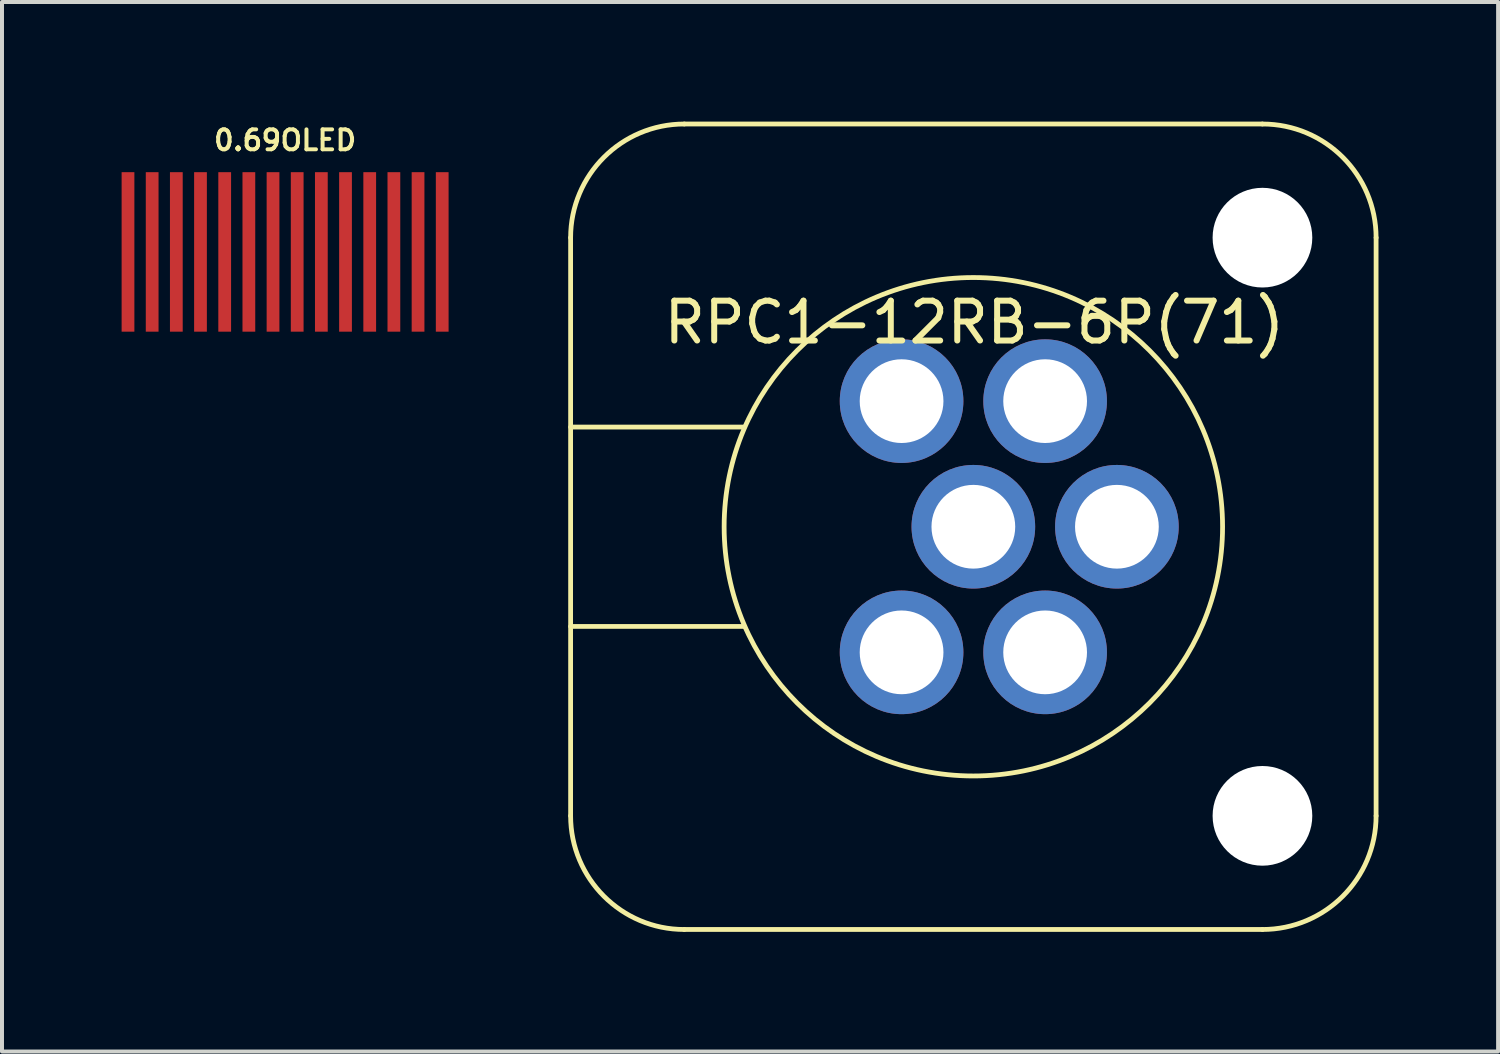
<source format=kicad_pcb>
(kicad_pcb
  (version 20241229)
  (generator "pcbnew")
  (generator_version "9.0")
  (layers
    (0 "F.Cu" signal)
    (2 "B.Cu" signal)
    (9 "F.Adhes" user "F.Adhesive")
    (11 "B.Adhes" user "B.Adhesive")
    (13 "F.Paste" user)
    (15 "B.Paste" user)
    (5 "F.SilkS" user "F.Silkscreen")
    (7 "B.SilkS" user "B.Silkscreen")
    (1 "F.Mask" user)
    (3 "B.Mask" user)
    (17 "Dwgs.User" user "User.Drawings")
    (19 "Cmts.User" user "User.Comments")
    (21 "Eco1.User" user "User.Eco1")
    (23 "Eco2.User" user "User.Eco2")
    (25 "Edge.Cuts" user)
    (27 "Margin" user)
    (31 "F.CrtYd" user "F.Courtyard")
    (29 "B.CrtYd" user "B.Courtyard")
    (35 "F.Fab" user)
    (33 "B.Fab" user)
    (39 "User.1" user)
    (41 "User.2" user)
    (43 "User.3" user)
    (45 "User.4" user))
  (footprint "0.69OLED"
    (layer "F.Cu")
    (at 4.1 3.268)
    (property "Reference" "0.69OLED" (at 0 -2.8 180) (layer "F.SilkS") (effects (font (size 0.5 0.5) (thickness 0.1))))
    (attr through_hole)
    (pad "1" smd rect (at -3.94 0) (size 0.32 4) (layers "F.Cu" "F.Mask" "F.Paste"))
    (pad "2" smd rect (at -3.334 0) (size 0.32 4) (layers "F.Cu" "F.Mask" "F.Paste"))
    (pad "3" smd rect (at -2.728 0) (size 0.32 4) (layers "F.Cu" "F.Mask" "F.Paste"))
    (pad "4" smd rect (at -2.122 0) (size 0.32 4) (layers "F.Cu" "F.Mask" "F.Paste"))
    (pad "5" smd rect (at -1.515 0) (size 0.32 4) (layers "F.Cu" "F.Mask" "F.Paste"))
    (pad "6" smd rect (at -0.909 0) (size 0.32 4) (layers "F.Cu" "F.Mask" "F.Paste"))
    (pad "7" smd rect (at -0.303 0) (size 0.32 4) (layers "F.Cu" "F.Mask" "F.Paste"))
    (pad "8" smd rect (at 0.303 0) (size 0.32 4) (layers "F.Cu" "F.Mask" "F.Paste"))
    (pad "9" smd rect (at 0.909 0) (size 0.32 4) (layers "F.Cu" "F.Mask" "F.Paste"))
    (pad "10" smd rect (at 1.515 0) (size 0.32 4) (layers "F.Cu" "F.Mask" "F.Paste"))
    (pad "11" smd rect (at 2.122 0) (size 0.32 4) (layers "F.Cu" "F.Mask" "F.Paste"))
    (pad "12" smd rect (at 2.728 0) (size 0.32 4) (layers "F.Cu" "F.Mask" "F.Paste"))
    (pad "13" smd rect (at 3.334 0) (size 0.32 4) (layers "F.Cu" "F.Mask" "F.Paste"))
    (pad "14" smd rect (at 3.94 0) (size 0.32 4) (layers "F.Cu" "F.Mask" "F.Paste")))
  (footprint "RPC1-12RB-6P(71)"
    (layer "F.Cu")
    (at 21.36 10.16)
    (property "Reference" "RPC1-12RB-6P(71)" (at 0.025 -5.125 180) (layer "F.SilkS") (effects (font (size 1 1) (thickness 0.15))))
    (attr through_hole)
    (fp_line (start -10.1 -7.25) (end -10.1 7.25) (stroke (width 0.12) (type solid)) (layer "F.SilkS"))
    (fp_line (start -10.1 -2.5) (end -5.75 -2.5) (stroke (width 0.12) (type solid)) (layer "F.SilkS"))
    (fp_line (start -10.1 2.5) (end -5.75 2.5) (stroke (width 0.12) (type solid)) (layer "F.SilkS"))
    (fp_line (start -7.25 -10.1) (end 7.25 -10.1) (stroke (width 0.12) (type solid)) (layer "F.SilkS"))
    (fp_line (start -7.25 10.1) (end 7.25 10.1) (stroke (width 0.12) (type solid)) (layer "F.SilkS"))
    (fp_line (start 10.1 -7.25) (end 10.1 7.25) (stroke (width 0.12) (type solid)) (layer "F.SilkS"))
    (fp_arc (start -10.1 -7.25) (mid -9.265254 -9.265254) (end -7.25 -10.1) (stroke (width 0.12) (type solid)) (layer "F.SilkS"))
    (fp_arc (start -7.25 10.1) (mid -9.265254 9.265254) (end -10.1 7.25) (stroke (width 0.12) (type solid)) (layer "F.SilkS"))
    (fp_arc (start 7.25 -10.1) (mid 9.265254 -9.265254) (end 10.1 -7.25) (stroke (width 0.12) (type solid)) (layer "F.SilkS"))
    (fp_arc (start 10.1 7.25) (mid 9.265254 9.265254) (end 7.25 10.1) (stroke (width 0.12) (type solid)) (layer "F.SilkS"))
    (fp_circle (center 0 0) (end 6.25 0) (stroke (width 0.12) (type solid)) (fill no) (layer "F.SilkS"))
    (pad "" np_thru_hole circle (at 7.25 -7.25) (size 2.5 2.5) (drill 2.5) (layers "*.Cu" "*.Mask"))
    (pad "" np_thru_hole circle (at 7.25 7.25) (size 2.5 2.5) (drill 2.5) (layers "*.Cu" "*.Mask"))
    (pad "1" thru_hole circle (at -1.8 3.15) (size 3.1 3.1) (drill 2.1) (layers "*.Cu" "*.Mask"))
    (pad "2" thru_hole circle (at 1.8 3.15) (size 3.1 3.1) (drill 2.1) (layers "*.Cu" "*.Mask"))
    (pad "3" thru_hole circle (at 3.6 0) (size 3.1 3.1) (drill 2.1) (layers "*.Cu" "*.Mask"))
    (pad "4" thru_hole circle (at 1.8 -3.15) (size 3.1 3.1) (drill 2.1) (layers "*.Cu" "*.Mask"))
    (pad "5" thru_hole circle (at -1.8 -3.15) (size 3.1 3.1) (drill 2.1) (layers "*.Cu" "*.Mask"))
    (pad "6" thru_hole circle (at 0 0) (size 3.1 3.1) (drill 2.1) (layers "*.Cu" "*.Mask")))
  (gr_rect
    (start -3 -3)
    (end 34.52 23.32)
    (stroke (width 0.1) (type default))
    (fill no)
    (layer "Edge.Cuts")))
</source>
